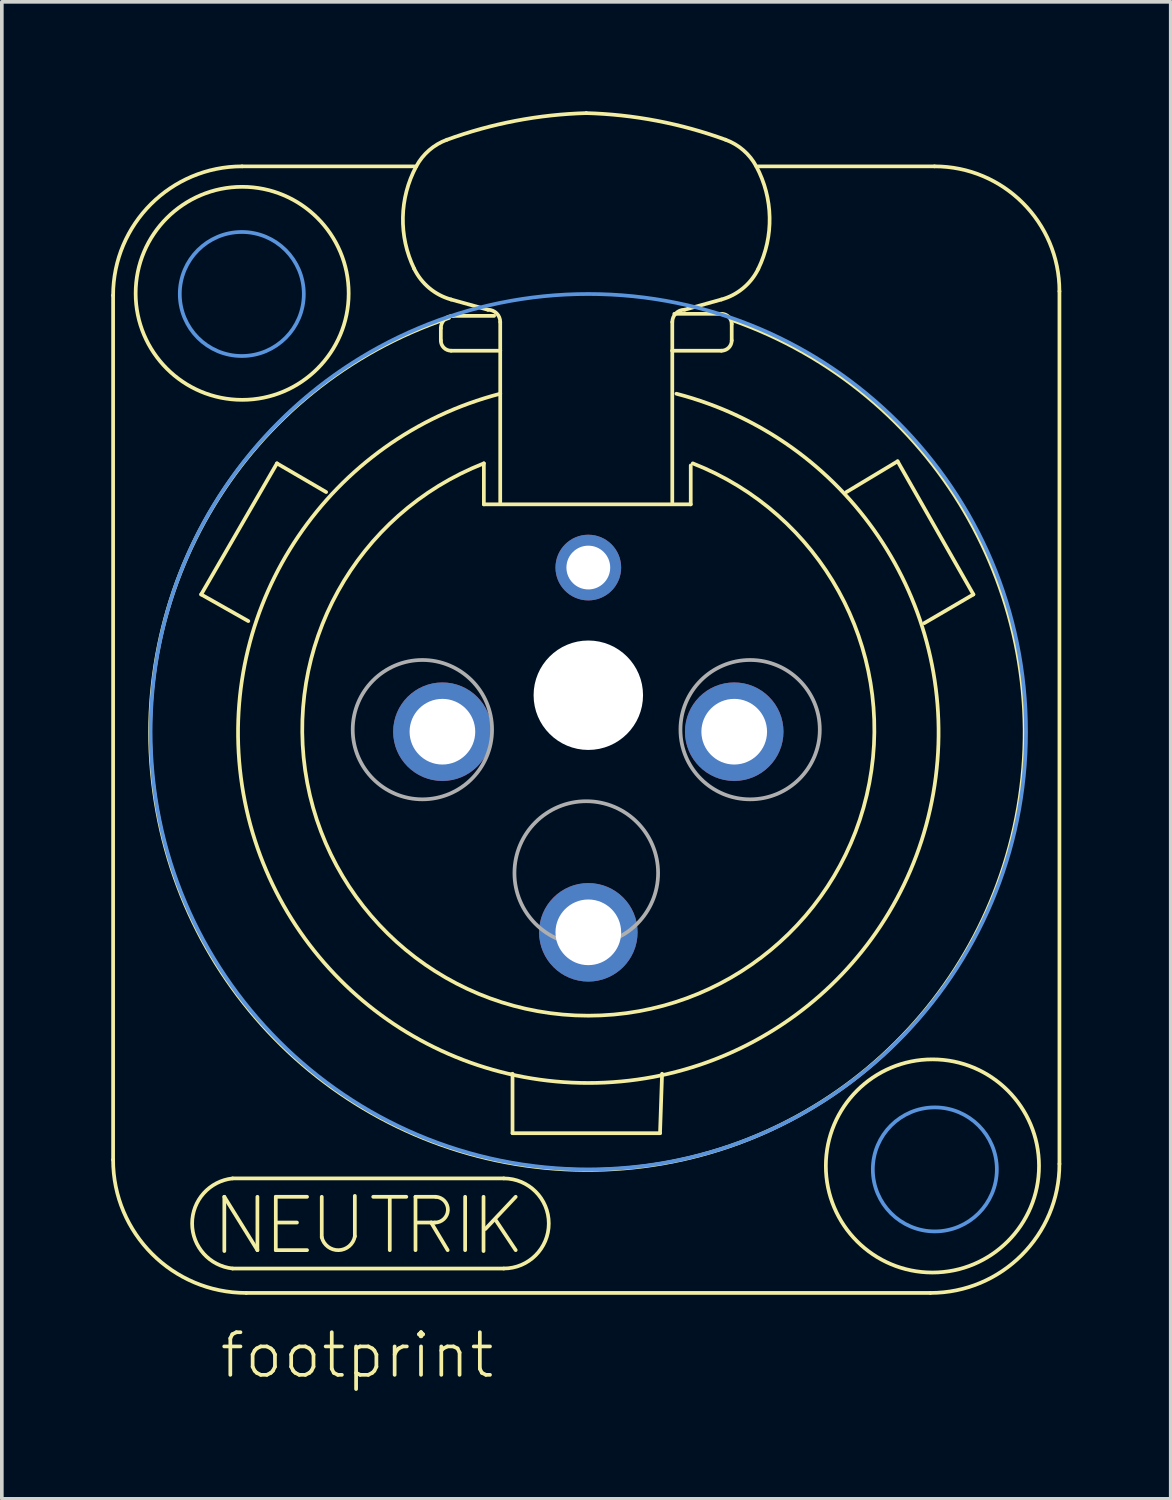
<source format=kicad_pcb>
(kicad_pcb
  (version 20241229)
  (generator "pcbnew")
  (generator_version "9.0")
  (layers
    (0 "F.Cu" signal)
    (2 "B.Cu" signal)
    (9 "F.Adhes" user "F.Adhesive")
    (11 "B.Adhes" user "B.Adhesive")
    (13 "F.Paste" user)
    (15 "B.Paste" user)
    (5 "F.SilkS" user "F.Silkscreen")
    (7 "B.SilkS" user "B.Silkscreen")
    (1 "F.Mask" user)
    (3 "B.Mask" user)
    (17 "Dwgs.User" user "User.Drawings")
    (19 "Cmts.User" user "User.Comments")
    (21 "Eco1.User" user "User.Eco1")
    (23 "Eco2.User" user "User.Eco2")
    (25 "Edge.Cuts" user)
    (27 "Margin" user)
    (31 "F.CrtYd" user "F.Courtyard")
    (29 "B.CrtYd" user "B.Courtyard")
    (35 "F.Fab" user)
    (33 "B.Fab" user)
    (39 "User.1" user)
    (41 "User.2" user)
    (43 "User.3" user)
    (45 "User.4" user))
  (footprint "footprint"
    (layer "F.Cu")
    (at 13.079 17.01)
    (property "Reference" "footprint" (at -10.16 17.78 0) (layer "F.SilkS") (effects (font (size 1.168 1.168) (thickness 0.102)) (justify left bottom)))
    (fp_line (start -13.028 -11.961) (end -13.028 11.736) (stroke (width 0.102) (type solid)) (layer "F.SilkS"))
    (fp_line (start -10.614 -3.763) (end -8.536 -7.356) (stroke (width 0.102) (type solid)) (layer "F.SilkS"))
    (fp_line (start -9.979 12.751) (end -9.072 14.213) (stroke (width 0.102) (type solid)) (layer "F.SilkS"))
    (fp_line (start -9.979 14.238) (end -9.979 12.751) (stroke (width 0.102) (type solid)) (layer "F.SilkS"))
    (fp_line (start -9.752 12.247) (end -2.318 12.247) (stroke (width 0.102) (type solid)) (layer "F.SilkS"))
    (fp_line (start -9.378 15.387) (end 9.378 15.387) (stroke (width 0.102) (type solid)) (layer "F.SilkS"))
    (fp_line (start -9.322 -3.033) (end -10.614 -3.763) (stroke (width 0.102) (type solid)) (layer "F.SilkS"))
    (fp_line (start -9.072 14.213) (end -9.072 12.751) (stroke (width 0.102) (type solid)) (layer "F.SilkS"))
    (fp_line (start -8.568 12.751) (end -8.568 14.213) (stroke (width 0.102) (type solid)) (layer "F.SilkS"))
    (fp_line (start -8.568 14.213) (end -7.711 14.213) (stroke (width 0.102) (type solid)) (layer "F.SilkS"))
    (fp_line (start -8.536 -7.356) (end -7.188 -6.57) (stroke (width 0.102) (type solid)) (layer "F.SilkS"))
    (fp_line (start -8.518 13.457) (end -7.988 13.457) (stroke (width 0.102) (type solid)) (layer "F.SilkS"))
    (fp_line (start -7.711 12.751) (end -8.568 12.751) (stroke (width 0.102) (type solid)) (layer "F.SilkS"))
    (fp_line (start -7.308 12.751) (end -7.308 13.86) (stroke (width 0.102) (type solid)) (layer "F.SilkS"))
    (fp_line (start -6.401 13.835) (end -6.401 12.726) (stroke (width 0.102) (type solid)) (layer "F.SilkS"))
    (fp_line (start -5.897 12.751) (end -4.99 12.751) (stroke (width 0.102) (type solid)) (layer "F.SilkS"))
    (fp_line (start -5.443 12.776) (end -5.443 14.213) (stroke (width 0.102) (type solid)) (layer "F.SilkS"))
    (fp_line (start -4.773 -15.499) (end -9.49 -15.499) (stroke (width 0.102) (type solid)) (layer "F.SilkS"))
    (fp_line (start -4.738 12.751) (end -4.183 12.751) (stroke (width 0.102) (type solid)) (layer "F.SilkS"))
    (fp_line (start -4.738 14.213) (end -4.738 12.751) (stroke (width 0.102) (type solid)) (layer "F.SilkS"))
    (fp_line (start -4.309 13.457) (end -4.687 13.457) (stroke (width 0.102) (type solid)) (layer "F.SilkS"))
    (fp_line (start -4.309 13.457) (end -3.856 14.213) (stroke (width 0.102) (type solid)) (layer "F.SilkS"))
    (fp_line (start -4.208 13.457) (end -4.309 13.457) (stroke (width 0.102) (type solid)) (layer "F.SilkS"))
    (fp_line (start -4.043 -10.726) (end -4.043 -11.063) (stroke (width 0.102) (type solid)) (layer "F.SilkS"))
    (fp_line (start -3.706 -11.4) (end -2.583 -11.4) (stroke (width 0.102) (type solid)) (layer "F.SilkS"))
    (fp_line (start -3.377 12.751) (end -3.377 14.213) (stroke (width 0.102) (type solid)) (layer "F.SilkS"))
    (fp_line (start -2.873 12.751) (end -2.873 14.238) (stroke (width 0.102) (type solid)) (layer "F.SilkS"))
    (fp_line (start -2.864 -7.356) (end -2.864 -6.233) (stroke (width 0.102) (type solid)) (layer "F.SilkS"))
    (fp_line (start -2.864 -6.233) (end 2.808 -6.233) (stroke (width 0.102) (type solid)) (layer "F.SilkS"))
    (fp_line (start -2.752 -11.568) (end -3.763 -11.849) (stroke (width 0.102) (type solid)) (layer "F.SilkS"))
    (fp_line (start -2.545 13.381) (end -1.991 14.213) (stroke (width 0.102) (type solid)) (layer "F.SilkS"))
    (fp_line (start -2.415 -10.445) (end -3.762 -10.445) (stroke (width 0.102) (type solid)) (layer "F.SilkS"))
    (fp_line (start -2.415 -10.445) (end -2.415 -11.231) (stroke (width 0.102) (type solid)) (layer "F.SilkS"))
    (fp_line (start -2.415 -9.266) (end -2.415 -10.445) (stroke (width 0.102) (type solid)) (layer "F.SilkS"))
    (fp_line (start -2.415 -6.29) (end -2.415 -9.266) (stroke (width 0.102) (type solid)) (layer "F.SilkS"))
    (fp_line (start -2.318 14.717) (end -9.752 14.717) (stroke (width 0.102) (type solid)) (layer "F.SilkS"))
    (fp_line (start -2.078 9.378) (end -2.078 11.007) (stroke (width 0.102) (type solid)) (layer "F.SilkS"))
    (fp_line (start -2.078 11.007) (end 1.966 11.007) (stroke (width 0.102) (type solid)) (layer "F.SilkS"))
    (fp_line (start -1.991 12.751) (end -2.822 13.633) (stroke (width 0.102) (type solid)) (layer "F.SilkS"))
    (fp_line (start 1.966 11.007) (end 2.022 9.378) (stroke (width 0.102) (type solid)) (layer "F.SilkS"))
    (fp_line (start 2.302 -10.445) (end 2.302 -11.231) (stroke (width 0.102) (type solid)) (layer "F.SilkS"))
    (fp_line (start 2.302 -10.445) (end 3.65 -10.445) (stroke (width 0.102) (type solid)) (layer "F.SilkS"))
    (fp_line (start 2.302 -6.29) (end 2.302 -10.445) (stroke (width 0.102) (type solid)) (layer "F.SilkS"))
    (fp_line (start 2.639 -11.568) (end 3.65 -11.849) (stroke (width 0.102) (type solid)) (layer "F.SilkS"))
    (fp_line (start 2.808 -6.233) (end 2.808 -7.3) (stroke (width 0.102) (type solid)) (layer "F.SilkS"))
    (fp_line (start 3.65 -11.456) (end 2.358 -11.456) (stroke (width 0.102) (type solid)) (layer "F.SilkS"))
    (fp_line (start 3.931 -10.726) (end 3.931 -11.175) (stroke (width 0.102) (type solid)) (layer "F.SilkS"))
    (fp_line (start 7.076 -6.57) (end 8.479 -7.413) (stroke (width 0.102) (type solid)) (layer "F.SilkS"))
    (fp_line (start 8.479 -7.413) (end 10.557 -3.763) (stroke (width 0.102) (type solid)) (layer "F.SilkS"))
    (fp_line (start 9.49 -15.499) (end 4.661 -15.499) (stroke (width 0.102) (type solid)) (layer "F.SilkS"))
    (fp_line (start 10.557 -3.763) (end 9.21 -2.976) (stroke (width 0.102) (type solid)) (layer "F.SilkS"))
    (fp_line (start 12.916 11.849) (end 12.916 -12.074) (stroke (width 0.102) (type solid)) (layer "F.SilkS"))
    (fp_arc (start -13.0282 -11.961298) (mid -11.991944 -14.462943) (end -9.4903 -15.4992) (stroke (width 0.1016) (type solid)) (layer "F.SilkS"))
    (fp_arc (start -9.7524 14.7168) (mid -10.861431 13.482) (end -9.7524 12.2472) (stroke (width 0.1016) (type solid)) (layer "F.SilkS"))
    (fp_arc (start -9.3781 15.3866) (mid -11.95911 14.31751) (end -13.0282 11.7365) (stroke (width 0.1016) (type solid)) (layer "F.SilkS"))
    (fp_arc (start -6.400798 13.8348) (mid -6.844213 14.214098) (end -7.308 13.86) (stroke (width 0.1016) (type solid)) (layer "F.SilkS"))
    (fp_arc (start -4.7733 -12.6914) (mid -5.082979 -14.102061) (end -4.717099 -15.4992) (stroke (width 0.1016) (type solid)) (layer "F.SilkS"))
    (fp_arc (start -4.7171 -15.4992) (mid -4.363217 -15.941815) (end -3.874799 -16.2292) (stroke (width 0.1016) (type solid)) (layer "F.SilkS"))
    (fp_arc (start -4.1832 12.7512) (mid -3.852274 13.116267) (end -4.208398 13.456799) (stroke (width 0.1016) (type solid)) (layer "F.SilkS"))
    (fp_arc (start -4.0432 -11.0629) (mid -3.944524 -11.301124) (end -3.7063 -11.3998) (stroke (width 0.1016) (type solid)) (layer "F.SilkS"))
    (fp_arc (start -3.8748 -16.2292) (mid -1.994886 -16.747919) (end -0.0562 -16.9592) (stroke (width 0.1016) (type solid)) (layer "F.SilkS"))
    (fp_arc (start -3.7625 -11.849) (mid -4.358518 -12.161467) (end -4.7733 -12.6914) (stroke (width 0.1016) (type solid)) (layer "F.SilkS"))
    (fp_arc (start -3.7624 -10.4451) (mid -3.960956 -10.527344) (end -4.0432 -10.7259) (stroke (width 0.1016) (type solid)) (layer "F.SilkS"))
    (fp_arc (start -2.7517 -11.5682) (mid -2.513405 -11.469495) (end -2.4147 -11.2312) (stroke (width 0.1016) (type solid)) (layer "F.SilkS"))
    (fp_arc (start -2.3184 12.2472) (mid -1.0836 13.482) (end -2.3184 14.7168) (stroke (width 0.1016) (type solid)) (layer "F.SilkS"))
    (fp_arc (start -0.0561 -16.9593) (mid 1.882586 -16.748019) (end 3.7625 -16.2293) (stroke (width 0.1016) (type solid)) (layer "F.SilkS"))
    (fp_arc (start 2.3024 -11.2313) (mid 2.401105 -11.469595) (end 2.6394 -11.5683) (stroke (width 0.1016) (type solid)) (layer "F.SilkS"))
    (fp_arc (start 2.4147 -9.2658) (mid 0 9.630367) (end -2.4147 -9.2658) (stroke (width 0.1016) (type solid)) (layer "F.SilkS"))
    (fp_arc (start 2.863901 -7.3565) (mid -0.00005 7.785392) (end -2.864 -7.3565) (stroke (width 0.1016) (type solid)) (layer "F.SilkS"))
    (fp_arc (start 3.6501 -11.4559) (mid 3.848656 -11.373656) (end 3.9309 -11.1751) (stroke (width 0.1016) (type solid)) (layer "F.SilkS"))
    (fp_arc (start 3.762499 -16.2293) (mid 4.250922 -15.941922) (end 4.6048 -15.4993) (stroke (width 0.1016) (type solid)) (layer "F.SilkS"))
    (fp_arc (start 3.9309 -11.2874) (mid -0.112743 12.014974) (end -3.8186 -11.3435) (stroke (width 0.1016) (type solid)) (layer "F.SilkS"))
    (fp_arc (start 3.9309 -10.7259) (mid 3.848656 -10.527344) (end 3.6501 -10.4451) (stroke (width 0.1016) (type solid)) (layer "F.SilkS"))
    (fp_arc (start 4.604799 -15.4993) (mid 4.970679 -14.102161) (end 4.661 -12.6915) (stroke (width 0.1016) (type solid)) (layer "F.SilkS"))
    (fp_arc (start 4.661 -12.6915) (mid 4.246218 -12.161567) (end 3.6502 -11.8491) (stroke (width 0.1016) (type solid)) (layer "F.SilkS"))
    (fp_arc (start 9.4904 -15.4992) (mid 11.912594 -14.495894) (end 12.9159 -12.0737) (stroke (width 0.1016) (type solid)) (layer "F.SilkS"))
    (fp_arc (start 12.9159 11.8488) (mid 11.879702 14.350402) (end 9.3781 15.3866) (stroke (width 0.1016) (type solid)) (layer "F.SilkS"))
    (fp_circle (center -9.49 -12.018) (end -6.57 -12.018) (stroke (width 0.102) (type solid)) (fill no) (layer "F.SilkS"))
    (fp_circle (center 9.434 11.905) (end 12.356 11.905) (stroke (width 0.102) (type solid)) (fill no) (layer "F.SilkS"))
    (fp_circle (center -9.5 -12) (end -7.8 -12) (stroke (width 0.102) (type solid)) (fill no) (layer "Cmts.User"))
    (fp_circle (center 0 0) (end 12 0) (stroke (width 0.102) (type solid)) (fill no) (layer "Cmts.User"))
    (fp_circle (center 9.5 12) (end 11.2 12) (stroke (width 0.102) (type solid)) (fill no) (layer "Cmts.User"))
    (fp_circle (center -4.549 -0.056) (end -2.639 -0.056) (stroke (width 0.102) (type solid)) (fill no) (layer "F.Fab"))
    (fp_circle (center -0.056 3.875) (end 1.913 3.875) (stroke (width 0.102) (type solid)) (fill no) (layer "F.Fab"))
    (fp_circle (center 4.436 -0.056) (end 6.346 -0.056) (stroke (width 0.102) (type solid)) (fill no) (layer "F.Fab"))
    (pad "" np_thru_hole circle (at 0 -1) (size 3 3) (drill 3) (layers "*.Cu" "*.Mask"))
    (pad "1" thru_hole circle (at 4 0) (size 2.7 2.7) (drill 1.8) (layers "*.Cu" "*.Mask"))
    (pad "2" thru_hole circle (at -4 0) (size 2.7 2.7) (drill 1.8) (layers "*.Cu" "*.Mask"))
    (pad "3" thru_hole circle (at 0 5.5) (size 2.7 2.7) (drill 1.8) (layers "*.Cu" "*.Mask"))
    (pad "G" thru_hole circle (at 0 -4.5) (size 1.8 1.8) (drill 1.2) (layers "*.Cu" "*.Mask")))
  (gr_rect
    (start -3 -3)
    (end 29.046 38.041)
    (stroke (width 0.1) (type default))
    (fill no)
    (layer "Edge.Cuts")))
</source>
